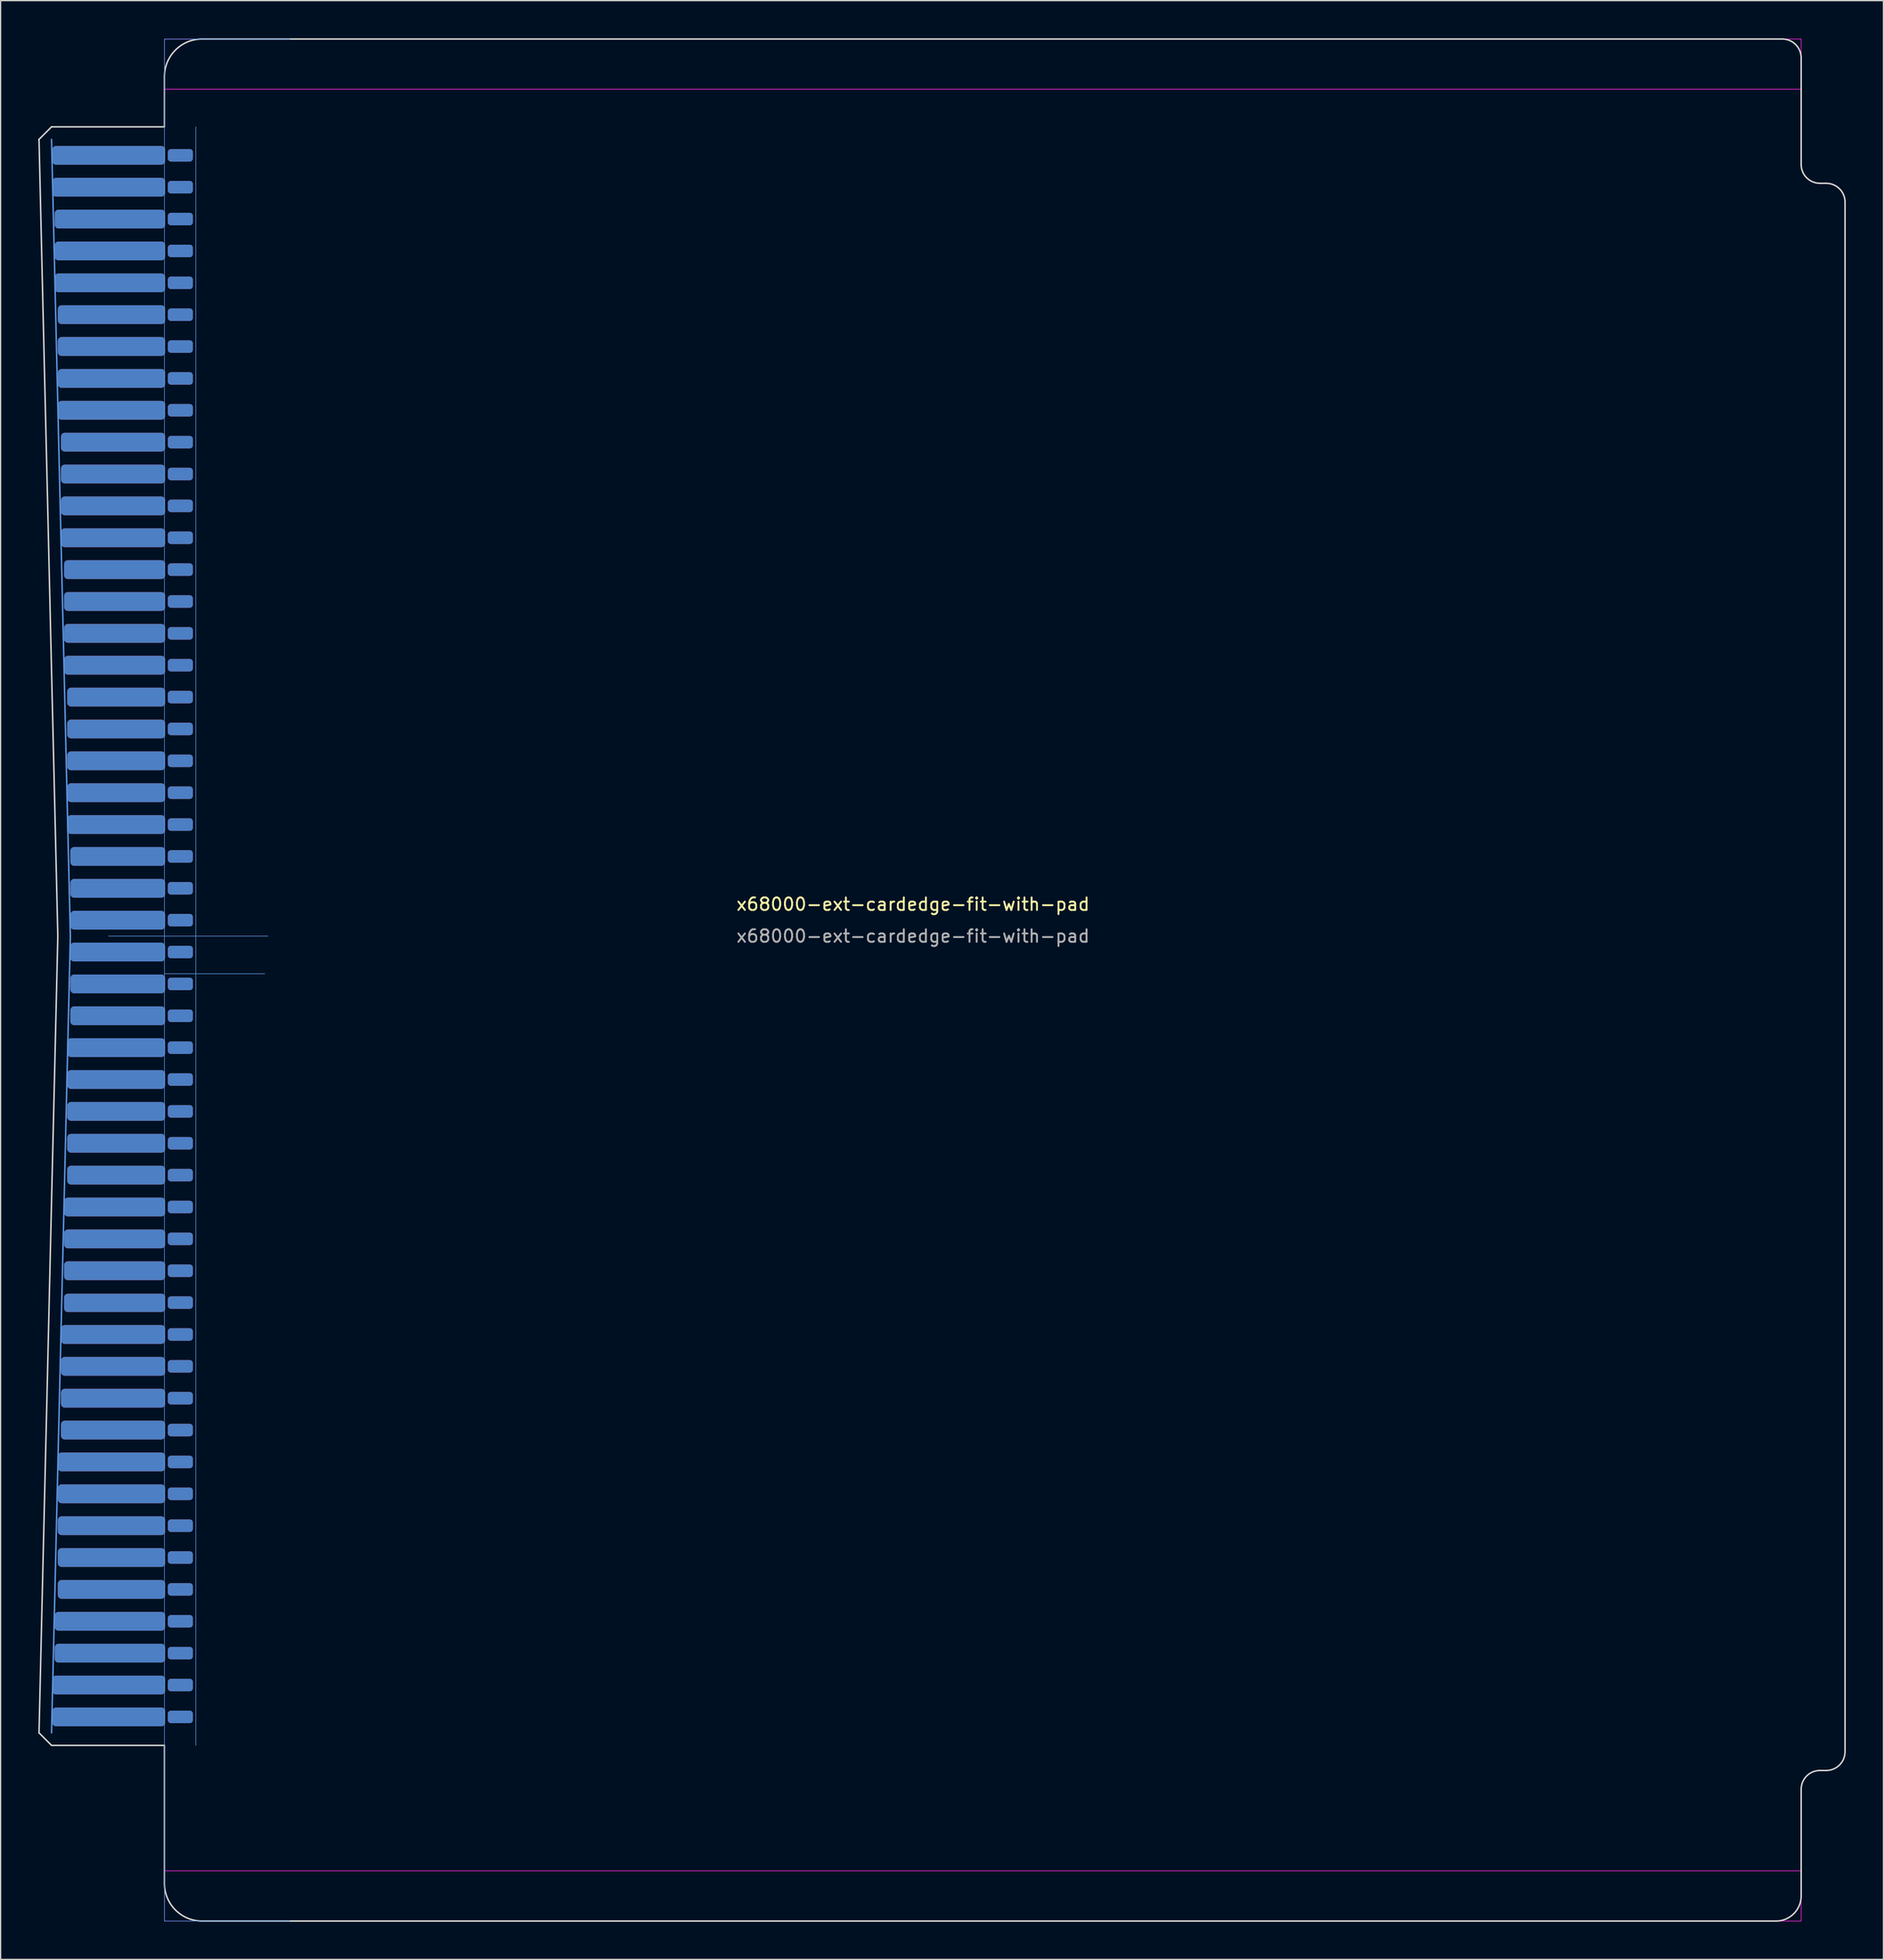
<source format=kicad_pcb>
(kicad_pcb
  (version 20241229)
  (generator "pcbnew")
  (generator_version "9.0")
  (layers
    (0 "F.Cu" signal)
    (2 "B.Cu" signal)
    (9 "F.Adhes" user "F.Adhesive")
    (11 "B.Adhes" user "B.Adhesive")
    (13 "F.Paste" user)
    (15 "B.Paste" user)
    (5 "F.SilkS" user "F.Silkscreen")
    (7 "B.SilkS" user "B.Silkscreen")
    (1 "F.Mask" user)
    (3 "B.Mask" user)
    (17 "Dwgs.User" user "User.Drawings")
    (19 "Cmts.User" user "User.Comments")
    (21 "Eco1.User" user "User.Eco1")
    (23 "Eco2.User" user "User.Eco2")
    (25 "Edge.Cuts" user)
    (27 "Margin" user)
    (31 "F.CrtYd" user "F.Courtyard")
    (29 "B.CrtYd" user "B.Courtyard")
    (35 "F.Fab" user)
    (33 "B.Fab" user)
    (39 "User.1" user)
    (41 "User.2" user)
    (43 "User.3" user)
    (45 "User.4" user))
  (footprint "x68000-ext-cardedge-fit-with-pad"
    (layer "F.Cu")
    (at 10.06 71.56)
    (property "Reference" "x68000-ext-cardedge-fit-with-pad" (at 59.69 -2.54 0) (unlocked yes) (layer "F.SilkS") (effects (font (size 1 1) (thickness 0.15))))
    (attr smd)
    (fp_rect (start 0 64.5) (end -10 -64.5) (stroke (width 0.12) (type solid)) (fill yes) (layer "F.Mask"))
    (fp_rect (start 0 -64.5) (end -10 64.5) (stroke (width 0.12) (type solid)) (fill yes) (layer "B.Mask"))
    (fp_line (start -7.5 0) (end -9 -63.5) (stroke (width 0.12) (type solid)) (layer "Cmts.User"))
    (fp_line (start -7.5 0) (end -9 63.5) (stroke (width 0.12) (type solid)) (layer "Cmts.User"))
    (fp_line (start -4.445 0) (end 8.255 0) (stroke (width 0.05) (type solid)) (layer "Cmts.User"))
    (fp_line (start 0 -71.5) (end 10 -71.5) (stroke (width 0.05) (type solid)) (layer "Cmts.User"))
    (fp_line (start 0 3) (end 0 -71.5) (stroke (width 0.05) (type solid)) (layer "Cmts.User"))
    (fp_line (start 0 3) (end 0 78.5) (stroke (width 0.05) (type solid)) (layer "Cmts.User"))
    (fp_line (start 0 3) (end 8 3) (stroke (width 0.05) (type solid)) (layer "Cmts.User"))
    (fp_line (start 0 78.5) (end 10 78.5) (stroke (width 0.05) (type solid)) (layer "Cmts.User"))
    (fp_line (start 2.5 0) (end 2.5 -64.5) (stroke (width 0.05) (type solid)) (layer "Cmts.User"))
    (fp_line (start 2.5 0) (end 2.5 64.5) (stroke (width 0.05) (type solid)) (layer "Cmts.User"))
    (fp_line (start -10 63.5) (end -9 64.5) (stroke (width 0.12) (type solid)) (layer "Edge.Cuts"))
    (fp_line (start -9 -64.5) (end -10 -63.5) (stroke (width 0.12) (type solid)) (layer "Edge.Cuts"))
    (fp_line (start -8.5 0) (end -10 -63.5) (stroke (width 0.12) (type solid)) (layer "Edge.Cuts"))
    (fp_line (start -8.5 0) (end -10 63.5) (stroke (width 0.12) (type solid)) (layer "Edge.Cuts"))
    (fp_line (start 0 -68.5) (end 0 -64.5) (stroke (width 0.12) (type solid)) (layer "Edge.Cuts"))
    (fp_line (start 0 -64.5) (end -9 -64.5) (stroke (width 0.12) (type solid)) (layer "Edge.Cuts"))
    (fp_line (start 0 64.5) (end -9 64.5) (stroke (width 0.12) (type solid)) (layer "Edge.Cuts"))
    (fp_line (start 0 75.5) (end 0 64.5) (stroke (width 0.12) (type solid)) (layer "Edge.Cuts"))
    (fp_line (start 3 -71.5) (end 129 -71.5) (stroke (width 0.12) (type solid)) (layer "Edge.Cuts"))
    (fp_line (start 3 78.5) (end 10 78.5) (stroke (width 0.12) (type solid)) (layer "Edge.Cuts"))
    (fp_line (start 10 78.5) (end 128.5 78.5) (stroke (width 0.12) (type solid)) (layer "Edge.Cuts"))
    (fp_line (start 130.5 -70) (end 130.5 -61.5) (stroke (width 0.12) (type solid)) (layer "Edge.Cuts"))
    (fp_line (start 130.5 76.5) (end 130.5 68) (stroke (width 0.12) (type solid)) (layer "Edge.Cuts"))
    (fp_line (start 132.5 -60) (end 132 -60) (stroke (width 0.12) (type solid)) (layer "Edge.Cuts"))
    (fp_line (start 132.5 66.5) (end 132 66.5) (stroke (width 0.12) (type solid)) (layer "Edge.Cuts"))
    (fp_line (start 134 65) (end 134 -58.5) (stroke (width 0.12) (type solid)) (layer "Edge.Cuts"))
    (fp_arc (start 0 -68.5) (mid 0.87868 -70.62132) (end 3 -71.5) (stroke (width 0.12) (type solid)) (layer "Edge.Cuts"))
    (fp_arc (start 3 78.5) (mid 0.87868 77.62132) (end 0 75.5) (stroke (width 0.12) (type solid)) (layer "Edge.Cuts"))
    (fp_arc (start 129 -71.5) (mid 130.06066 -71.06066) (end 130.5 -70) (stroke (width 0.12) (type solid)) (layer "Edge.Cuts"))
    (fp_arc (start 130.5 68) (mid 130.93934 66.93934) (end 132 66.5) (stroke (width 0.12) (type solid)) (layer "Edge.Cuts"))
    (fp_arc (start 130.5 76.5) (mid 129.914214 77.914214) (end 128.5 78.5) (stroke (width 0.12) (type solid)) (layer "Edge.Cuts"))
    (fp_arc (start 132 -60) (mid 130.93934 -60.43934) (end 130.5 -61.5) (stroke (width 0.12) (type solid)) (layer "Edge.Cuts"))
    (fp_arc (start 132.5 -60) (mid 133.56066 -59.56066) (end 134 -58.5) (stroke (width 0.12) (type solid)) (layer "Edge.Cuts"))
    (fp_arc (start 134 65) (mid 133.56066 66.06066) (end 132.5 66.5) (stroke (width 0.12) (type solid)) (layer "Edge.Cuts"))
    (fp_rect (start 0 -71.5) (end 130.5 -67.5) (stroke (width 0.05) (type solid)) (fill no) (layer "F.CrtYd"))
    (fp_rect (start 0 78.5) (end 130.5 74.5) (stroke (width 0.05) (type solid)) (fill no) (layer "F.CrtYd"))
    (fp_text user "${REFERENCE}" (at 59.69 0 0) (unlocked yes) (layer "F.Fab") (effects (font (size 1 1) (thickness 0.15))))
    (pad "A1" connect roundrect (at -4.445 62.23) (size 9 1.5) (layers "F.Cu" "F.Mask") (roundrect_rratio 0.2))
    (pad "A1" smd roundrect (at 1.27 62.23) (size 2 1) (layers "F.Cu" "F.Mask" "F.Paste") (roundrect_rratio 0.25))
    (pad "A2" connect roundrect (at -4.445 59.69) (size 9 1.5) (layers "F.Cu" "F.Mask") (roundrect_rratio 0.2))
    (pad "A2" smd roundrect (at 1.27 59.69) (size 2 1) (layers "F.Cu" "F.Mask" "F.Paste") (roundrect_rratio 0.25))
    (pad "A3" connect roundrect (at -4.348 57.15) (size 8.805 1.5) (layers "F.Cu" "F.Mask") (roundrect_rratio 0.2))
    (pad "A3" smd roundrect (at 1.27 57.15) (size 2 1) (layers "F.Cu" "F.Mask" "F.Paste") (roundrect_rratio 0.25))
    (pad "A4" connect roundrect (at -4.348 54.61) (size 8.805 1.5) (layers "F.Cu" "F.Mask") (roundrect_rratio 0.2))
    (pad "A4" smd roundrect (at 1.27 54.61) (size 2 1) (layers "F.Cu" "F.Mask" "F.Paste") (roundrect_rratio 0.25))
    (pad "A5" connect roundrect (at -4.223 52.07) (size 8.555 1.5) (layers "F.Cu" "F.Mask") (roundrect_rratio 0.2))
    (pad "A5" smd roundrect (at 1.27 52.07) (size 2 1) (layers "F.Cu" "F.Mask" "F.Paste") (roundrect_rratio 0.25))
    (pad "A6" connect roundrect (at -4.223 49.53) (size 8.555 1.5) (layers "F.Cu" "F.Mask") (roundrect_rratio 0.2))
    (pad "A6" smd roundrect (at 1.27 49.53) (size 2 1) (layers "F.Cu" "F.Mask" "F.Paste") (roundrect_rratio 0.25))
    (pad "A7" connect roundrect (at -4.223 46.995) (size 8.555 1.49) (layers "F.Cu" "F.Mask") (roundrect_rratio 0.2))
    (pad "A7" smd roundrect (at 1.27 46.99) (size 2 1) (layers "F.Cu" "F.Mask" "F.Paste") (roundrect_rratio 0.25))
    (pad "A8" connect roundrect (at -4.223 44.45) (size 8.555 1.5) (layers "F.Cu" "F.Mask") (roundrect_rratio 0.2))
    (pad "A8" smd roundrect (at 1.27 44.45) (size 2 1) (layers "F.Cu" "F.Mask" "F.Paste") (roundrect_rratio 0.25))
    (pad "A9" connect roundrect (at -4.223 41.91) (size 8.555 1.5) (layers "F.Cu" "F.Mask") (roundrect_rratio 0.2))
    (pad "A9" smd roundrect (at 1.27 41.91) (size 2 1) (layers "F.Cu" "F.Mask" "F.Paste") (roundrect_rratio 0.25))
    (pad "A10" connect roundrect (at -4.098 39.37) (size 8.305 1.5) (layers "F.Cu" "F.Mask") (roundrect_rratio 0.2))
    (pad "A10" smd roundrect (at 1.27 39.37) (size 2 1) (layers "F.Cu" "F.Mask" "F.Paste") (roundrect_rratio 0.25))
    (pad "A11" connect roundrect (at -4.098 36.83) (size 8.305 1.5) (layers "F.Cu" "F.Mask") (roundrect_rratio 0.2))
    (pad "A11" smd roundrect (at 1.27 36.83) (size 2 1) (layers "F.Cu" "F.Mask" "F.Paste") (roundrect_rratio 0.25))
    (pad "A12" connect roundrect (at -4.098 34.29) (size 8.305 1.5) (layers "F.Cu" "F.Mask") (roundrect_rratio 0.2))
    (pad "A12" smd roundrect (at 1.27 34.29) (size 2 1) (layers "F.Cu" "F.Mask" "F.Paste") (roundrect_rratio 0.25))
    (pad "A13" connect roundrect (at -4.098 31.75) (size 8.305 1.5) (layers "F.Cu" "F.Mask") (roundrect_rratio 0.2))
    (pad "A13" smd roundrect (at 1.27 31.75) (size 2 1) (layers "F.Cu" "F.Mask" "F.Paste") (roundrect_rratio 0.25))
    (pad "A14" connect roundrect (at -3.973 29.23) (size 8.055 1.46) (layers "F.Cu" "F.Mask") (roundrect_rratio 0.2))
    (pad "A14" smd roundrect (at 1.27 29.21) (size 2 1) (layers "F.Cu" "F.Mask" "F.Paste") (roundrect_rratio 0.25))
    (pad "A15" connect roundrect (at -3.973 26.67) (size 8.055 1.5) (layers "F.Cu" "F.Mask") (roundrect_rratio 0.2))
    (pad "A15" smd roundrect (at 1.27 26.67) (size 2 1) (layers "F.Cu" "F.Mask" "F.Paste") (roundrect_rratio 0.25))
    (pad "A16" connect roundrect (at -3.973 24.13) (size 8.055 1.5) (layers "F.Cu" "F.Mask") (roundrect_rratio 0.2))
    (pad "A16" smd roundrect (at 1.27 24.13) (size 2 1) (layers "F.Cu" "F.Mask" "F.Paste") (roundrect_rratio 0.25))
    (pad "A17" connect roundrect (at -3.973 21.59) (size 8.055 1.5) (layers "F.Cu" "F.Mask") (roundrect_rratio 0.2))
    (pad "A17" smd roundrect (at 1.27 21.59) (size 2 1) (layers "F.Cu" "F.Mask" "F.Paste") (roundrect_rratio 0.25))
    (pad "A18" connect roundrect (at -3.848 19.05) (size 7.805 1.5) (layers "F.Cu" "F.Mask") (roundrect_rratio 0.2))
    (pad "A18" smd roundrect (at 1.27 19.05) (size 2 1) (layers "F.Cu" "F.Mask" "F.Paste") (roundrect_rratio 0.25))
    (pad "A19" connect roundrect (at -3.848 16.51) (size 7.805 1.5) (layers "F.Cu" "F.Mask") (roundrect_rratio 0.2))
    (pad "A19" smd roundrect (at 1.27 16.51) (size 2 1) (layers "F.Cu" "F.Mask" "F.Paste") (roundrect_rratio 0.25))
    (pad "A20" connect roundrect (at -3.848 13.97) (size 7.805 1.5) (layers "F.Cu" "F.Mask") (roundrect_rratio 0.2))
    (pad "A20" smd roundrect (at 1.27 13.97) (size 2 1) (layers "F.Cu" "F.Mask" "F.Paste") (roundrect_rratio 0.25))
    (pad "A21" connect roundrect (at -3.848 11.43) (size 7.805 1.5) (layers "F.Cu" "F.Mask") (roundrect_rratio 0.2))
    (pad "A21" smd roundrect (at 1.27 11.43) (size 2 1) (layers "F.Cu" "F.Mask" "F.Paste") (roundrect_rratio 0.25))
    (pad "A22" connect roundrect (at -3.848 8.89) (size 7.805 1.5) (layers "F.Cu" "F.Mask") (roundrect_rratio 0.2))
    (pad "A22" smd roundrect (at 1.27 8.89) (size 2 1) (layers "F.Cu" "F.Mask" "F.Paste") (roundrect_rratio 0.25))
    (pad "A23" connect roundrect (at -3.723 6.35) (size 7.555 1.5) (layers "F.Cu" "F.Mask") (roundrect_rratio 0.2))
    (pad "A23" smd roundrect (at 1.27 6.35) (size 2 1) (layers "F.Cu" "F.Mask" "F.Paste") (roundrect_rratio 0.25))
    (pad "A24" connect roundrect (at -3.723 3.81) (size 7.555 1.5) (layers "F.Cu" "F.Mask") (roundrect_rratio 0.2))
    (pad "A24" smd roundrect (at 1.27 3.81) (size 2 1) (layers "F.Cu" "F.Mask" "F.Paste") (roundrect_rratio 0.25))
    (pad "A25" connect roundrect (at -3.75 1.27) (size 7.555 1.5) (layers "F.Cu" "F.Mask") (roundrect_rratio 0.2))
    (pad "A25" smd roundrect (at 1.27 1.27) (size 2 1) (layers "F.Cu" "F.Mask" "F.Paste") (roundrect_rratio 0.25))
    (pad "A26" connect roundrect (at -3.723 -1.26) (size 7.555 1.48) (layers "F.Cu" "F.Mask") (roundrect_rratio 0.2))
    (pad "A26" smd roundrect (at 1.27 -1.27) (size 2 1) (layers "F.Cu" "F.Mask" "F.Paste") (roundrect_rratio 0.25))
    (pad "A27" connect roundrect (at -3.723 -3.81) (size 7.555 1.5) (layers "F.Cu" "F.Mask") (roundrect_rratio 0.2))
    (pad "A27" smd roundrect (at 1.27 -3.81) (size 2 1) (layers "F.Cu" "F.Mask" "F.Paste") (roundrect_rratio 0.25))
    (pad "A28" connect roundrect (at -3.723 -6.35) (size 7.555 1.5) (layers "F.Cu" "F.Mask") (roundrect_rratio 0.2))
    (pad "A28" smd roundrect (at 1.27 -6.35) (size 2 1) (layers "F.Cu" "F.Mask" "F.Paste") (roundrect_rratio 0.25))
    (pad "A29" connect roundrect (at -3.848 -8.89) (size 7.805 1.5) (layers "F.Cu" "F.Mask") (roundrect_rratio 0.2))
    (pad "A29" smd roundrect (at 1.27 -8.89) (size 2 1) (layers "F.Cu" "F.Mask" "F.Paste") (roundrect_rratio 0.25))
    (pad "A30" connect roundrect (at -3.848 -11.43) (size 7.805 1.5) (layers "F.Cu" "F.Mask") (roundrect_rratio 0.2))
    (pad "A30" smd roundrect (at 1.27 -11.43) (size 2 1) (layers "F.Cu" "F.Mask" "F.Paste") (roundrect_rratio 0.25))
    (pad "A31" connect roundrect (at -3.848 -13.97) (size 7.805 1.5) (layers "F.Cu" "F.Mask") (roundrect_rratio 0.2))
    (pad "A31" smd roundrect (at 1.27 -13.97) (size 2 1) (layers "F.Cu" "F.Mask" "F.Paste") (roundrect_rratio 0.25))
    (pad "A32" connect roundrect (at -3.848 -16.51) (size 7.805 1.5) (layers "F.Cu" "F.Mask") (roundrect_rratio 0.2))
    (pad "A32" smd roundrect (at 1.27 -16.51) (size 2 1) (layers "F.Cu" "F.Mask" "F.Paste") (roundrect_rratio 0.25))
    (pad "A33" connect roundrect (at -3.848 -19.05) (size 7.805 1.5) (layers "F.Cu" "F.Mask") (roundrect_rratio 0.2))
    (pad "A33" smd roundrect (at 1.27 -19.05) (size 2 1) (layers "F.Cu" "F.Mask" "F.Paste") (roundrect_rratio 0.25))
    (pad "A34" connect roundrect (at -3.973 -21.59) (size 8.055 1.5) (layers "F.Cu" "F.Mask") (roundrect_rratio 0.2))
    (pad "A34" smd roundrect (at 1.27 -21.59) (size 2 1) (layers "F.Cu" "F.Mask" "F.Paste") (roundrect_rratio 0.25))
    (pad "A35" connect roundrect (at -3.973 -24.13) (size 8.055 1.5) (layers "F.Cu" "F.Mask") (roundrect_rratio 0.2))
    (pad "A35" smd roundrect (at 1.27 -24.13) (size 2 1) (layers "F.Cu" "F.Mask" "F.Paste") (roundrect_rratio 0.25))
    (pad "A36" connect roundrect (at -3.973 -26.67) (size 8.055 1.5) (layers "F.Cu" "F.Mask") (roundrect_rratio 0.2))
    (pad "A36" smd roundrect (at 1.27 -26.67) (size 2 1) (layers "F.Cu" "F.Mask" "F.Paste") (roundrect_rratio 0.25))
    (pad "A37" connect roundrect (at -3.973 -29.21) (size 8.055 1.5) (layers "F.Cu" "F.Mask") (roundrect_rratio 0.2))
    (pad "A37" smd roundrect (at 1.27 -29.21) (size 2 1) (layers "F.Cu" "F.Mask" "F.Paste") (roundrect_rratio 0.25))
    (pad "A38" connect roundrect (at -4.098 -31.75) (size 8.305 1.5) (layers "F.Cu" "F.Mask") (roundrect_rratio 0.2))
    (pad "A38" smd roundrect (at 1.27 -31.75) (size 2 1) (layers "F.Cu" "F.Mask" "F.Paste") (roundrect_rratio 0.25))
    (pad "A39" connect roundrect (at -4.098 -34.29) (size 8.305 1.5) (layers "F.Cu" "F.Mask") (roundrect_rratio 0.2))
    (pad "A39" smd roundrect (at 1.27 -34.29) (size 2 1) (layers "F.Cu" "F.Mask" "F.Paste") (roundrect_rratio 0.25))
    (pad "A40" connect roundrect (at -4.098 -36.83) (size 8.305 1.5) (layers "F.Cu" "F.Mask") (roundrect_rratio 0.2))
    (pad "A40" smd roundrect (at 1.27 -36.83) (size 2 1) (layers "F.Cu" "F.Mask" "F.Paste") (roundrect_rratio 0.25))
    (pad "A41" connect roundrect (at -4.098 -39.37) (size 8.305 1.5) (layers "F.Cu" "F.Mask") (roundrect_rratio 0.2))
    (pad "A41" smd roundrect (at 1.27 -39.37) (size 2 1) (layers "F.Cu" "F.Mask" "F.Paste") (roundrect_rratio 0.25))
    (pad "A42" connect roundrect (at -4.223 -41.91) (size 8.555 1.5) (layers "F.Cu" "F.Mask") (roundrect_rratio 0.2))
    (pad "A42" smd roundrect (at 1.27 -41.91) (size 2 1) (layers "F.Cu" "F.Mask" "F.Paste") (roundrect_rratio 0.25))
    (pad "A43" connect roundrect (at -4.223 -44.45) (size 8.555 1.5) (layers "F.Cu" "F.Mask") (roundrect_rratio 0.2))
    (pad "A43" smd roundrect (at 1.27 -44.45) (size 2 1) (layers "F.Cu" "F.Mask" "F.Paste") (roundrect_rratio 0.25))
    (pad "A44" connect roundrect (at -4.223 -46.995) (size 8.555 1.51) (layers "F.Cu" "F.Mask") (roundrect_rratio 0.2))
    (pad "A44" smd roundrect (at 1.27 -46.99) (size 2 1) (layers "F.Cu" "F.Mask" "F.Paste") (roundrect_rratio 0.25))
    (pad "A45" connect roundrect (at -4.223 -49.53) (size 8.555 1.5) (layers "F.Cu" "F.Mask") (roundrect_rratio 0.2))
    (pad "A45" smd roundrect (at 1.27 -49.53) (size 2 1) (layers "F.Cu" "F.Mask" "F.Paste") (roundrect_rratio 0.25))
    (pad "A46" connect roundrect (at -4.348 -52.07) (size 8.805 1.5) (layers "F.Cu" "F.Mask") (roundrect_rratio 0.2))
    (pad "A46" smd roundrect (at 1.27 -52.07) (size 2 1) (layers "F.Cu" "F.Mask" "F.Paste") (roundrect_rratio 0.25))
    (pad "A47" connect roundrect (at -4.348 -54.61) (size 8.805 1.5) (layers "F.Cu" "F.Mask") (roundrect_rratio 0.2))
    (pad "A47" smd roundrect (at 1.27 -54.61) (size 2 1) (layers "F.Cu" "F.Mask" "F.Paste") (roundrect_rratio 0.25))
    (pad "A48" connect roundrect (at -4.348 -57.15) (size 8.805 1.5) (layers "F.Cu" "F.Mask") (roundrect_rratio 0.2))
    (pad "A48" smd roundrect (at 1.27 -57.15) (size 2 1) (layers "F.Cu" "F.Mask" "F.Paste") (roundrect_rratio 0.25))
    (pad "A49" connect roundrect (at -4.445 -59.69) (size 9 1.5) (layers "F.Cu" "F.Mask") (roundrect_rratio 0.2))
    (pad "A49" smd roundrect (at 1.27 -59.69) (size 2 1) (layers "F.Cu" "F.Mask" "F.Paste") (roundrect_rratio 0.25))
    (pad "A50" connect roundrect (at -4.445 -62.23) (size 9 1.5) (layers "F.Cu" "F.Mask") (roundrect_rratio 0.2))
    (pad "A50" smd roundrect (at 1.27 -62.23) (size 2 1) (layers "F.Cu" "F.Mask" "F.Paste") (roundrect_rratio 0.25))
    (pad "B1" connect roundrect (at -4.445 62.23) (size 9 1.5) (layers "B.Cu" "B.Mask") (roundrect_rratio 0.2))
    (pad "B1" smd roundrect (at 1.27 62.23) (size 2 1) (layers "B.Cu" "B.Mask" "B.Paste") (roundrect_rratio 0.25))
    (pad "B2" connect roundrect (at -4.445 59.69) (size 9 1.5) (layers "B.Cu" "B.Mask") (roundrect_rratio 0.2))
    (pad "B2" smd roundrect (at 1.27 59.69) (size 2 1) (layers "B.Cu" "B.Mask" "B.Paste") (roundrect_rratio 0.25))
    (pad "B3" connect roundrect (at -4.348 57.15) (size 8.805 1.5) (layers "B.Cu" "B.Mask") (roundrect_rratio 0.2))
    (pad "B3" smd roundrect (at 1.27 57.15) (size 2 1) (layers "B.Cu" "B.Mask" "B.Paste") (roundrect_rratio 0.25))
    (pad "B4" connect roundrect (at -4.348 54.61) (size 8.805 1.5) (layers "B.Cu" "B.Mask") (roundrect_rratio 0.2))
    (pad "B4" smd roundrect (at 1.27 54.61) (size 2 1) (layers "B.Cu" "B.Mask" "B.Paste") (roundrect_rratio 0.25))
    (pad "B5" connect roundrect (at -4.223 52.07) (size 8.555 1.5) (layers "B.Cu" "B.Mask") (roundrect_rratio 0.2))
    (pad "B5" smd roundrect (at 1.27 52.07) (size 2 1) (layers "B.Cu" "B.Mask" "B.Paste") (roundrect_rratio 0.25))
    (pad "B6" connect roundrect (at -4.223 49.53) (size 8.555 1.5) (layers "B.Cu" "B.Mask") (roundrect_rratio 0.2))
    (pad "B6" smd roundrect (at 1.27 49.53) (size 2 1) (layers "B.Cu" "B.Mask" "B.Paste") (roundrect_rratio 0.25))
    (pad "B7" connect roundrect (at -4.223 46.99) (size 8.555 1.5) (layers "B.Cu" "B.Mask") (roundrect_rratio 0.2))
    (pad "B7" smd roundrect (at 1.27 46.99) (size 2 1) (layers "B.Cu" "B.Mask" "B.Paste") (roundrect_rratio 0.25))
    (pad "B8" connect roundrect (at -4.223 44.45) (size 8.555 1.5) (layers "B.Cu" "B.Mask") (roundrect_rratio 0.2))
    (pad "B8" smd roundrect (at 1.27 44.45) (size 2 1) (layers "B.Cu" "B.Mask" "B.Paste") (roundrect_rratio 0.25))
    (pad "B9" connect roundrect (at -4.223 41.91) (size 8.555 1.5) (layers "B.Cu" "B.Mask") (roundrect_rratio 0.2))
    (pad "B9" smd roundrect (at 1.27 41.91) (size 2 1) (layers "B.Cu" "B.Mask" "B.Paste") (roundrect_rratio 0.25))
    (pad "B10" connect roundrect (at -4.098 39.37) (size 8.305 1.5) (layers "B.Cu" "B.Mask") (roundrect_rratio 0.2))
    (pad "B10" smd roundrect (at 1.27 39.37) (size 2 1) (layers "B.Cu" "B.Mask" "B.Paste") (roundrect_rratio 0.25))
    (pad "B11" connect roundrect (at -4.098 36.83) (size 8.305 1.5) (layers "B.Cu" "B.Mask") (roundrect_rratio 0.2))
    (pad "B11" smd roundrect (at 1.27 36.83) (size 2 1) (layers "B.Cu" "B.Mask" "B.Paste") (roundrect_rratio 0.25))
    (pad "B12" connect roundrect (at -4.098 34.29) (size 8.305 1.5) (layers "B.Cu" "B.Mask") (roundrect_rratio 0.2))
    (pad "B12" smd roundrect (at 1.27 34.29) (size 2 1) (layers "B.Cu" "B.Mask" "B.Paste") (roundrect_rratio 0.25))
    (pad "B13" connect roundrect (at -4.098 31.75) (size 8.305 1.5) (layers "B.Cu" "B.Mask") (roundrect_rratio 0.2))
    (pad "B13" smd roundrect (at 1.27 31.75) (size 2 1) (layers "B.Cu" "B.Mask" "B.Paste") (roundrect_rratio 0.25))
    (pad "B14" connect roundrect (at -3.973 29.23) (size 8.055 1.46) (layers "B.Cu" "B.Mask") (roundrect_rratio 0.2))
    (pad "B14" smd roundrect (at 1.27 29.21) (size 2 1) (layers "B.Cu" "B.Mask" "B.Paste") (roundrect_rratio 0.25))
    (pad "B15" connect roundrect (at -3.973 26.67) (size 8.055 1.5) (layers "B.Cu" "B.Mask") (roundrect_rratio 0.2))
    (pad "B15" smd roundrect (at 1.27 26.67) (size 2 1) (layers "B.Cu" "B.Mask" "B.Paste") (roundrect_rratio 0.25))
    (pad "B16" connect roundrect (at -3.973 24.13) (size 8.055 1.5) (layers "B.Cu" "B.Mask") (roundrect_rratio 0.2))
    (pad "B16" smd roundrect (at 1.27 24.13) (size 2 1) (layers "B.Cu" "B.Mask" "B.Paste") (roundrect_rratio 0.25))
    (pad "B17" connect roundrect (at -3.973 21.59) (size 8.055 1.5) (layers "B.Cu" "B.Mask") (roundrect_rratio 0.2))
    (pad "B17" smd roundrect (at 1.27 21.59) (size 2 1) (layers "B.Cu" "B.Mask" "B.Paste") (roundrect_rratio 0.25))
    (pad "B18" connect roundrect (at -3.848 19.05) (size 7.805 1.5) (layers "B.Cu" "B.Mask") (roundrect_rratio 0.2))
    (pad "B18" smd roundrect (at 1.27 19.05) (size 2 1) (layers "B.Cu" "B.Mask" "B.Paste") (roundrect_rratio 0.25))
    (pad "B19" connect roundrect (at -3.848 16.51) (size 7.805 1.5) (layers "B.Cu" "B.Mask") (roundrect_rratio 0.2))
    (pad "B19" smd roundrect (at 1.27 16.51) (size 2 1) (layers "B.Cu" "B.Mask" "B.Paste") (roundrect_rratio 0.25))
    (pad "B20" connect roundrect (at -3.848 13.97) (size 7.805 1.5) (layers "B.Cu" "B.Mask") (roundrect_rratio 0.2))
    (pad "B20" smd roundrect (at 1.27 13.97) (size 2 1) (layers "B.Cu" "B.Mask" "B.Paste") (roundrect_rratio 0.25))
    (pad "B21" connect roundrect (at -3.848 11.43) (size 7.805 1.5) (layers "B.Cu" "B.Mask") (roundrect_rratio 0.2))
    (pad "B21" smd roundrect (at 1.27 11.43) (size 2 1) (layers "B.Cu" "B.Mask" "B.Paste") (roundrect_rratio 0.25))
    (pad "B22" connect roundrect (at -3.848 8.89) (size 7.805 1.5) (layers "B.Cu" "B.Mask") (roundrect_rratio 0.2))
    (pad "B22" smd roundrect (at 1.27 8.89) (size 2 1) (layers "B.Cu" "B.Mask" "B.Paste") (roundrect_rratio 0.25))
    (pad "B23" connect roundrect (at -3.723 6.35) (size 7.555 1.5) (layers "B.Cu" "B.Mask") (roundrect_rratio 0.2))
    (pad "B23" smd roundrect (at 1.27 6.35) (size 2 1) (layers "B.Cu" "B.Mask" "B.Paste") (roundrect_rratio 0.25))
    (pad "B24" connect roundrect (at -3.723 3.81) (size 7.555 1.5) (layers "B.Cu" "B.Mask") (roundrect_rratio 0.2))
    (pad "B24" smd roundrect (at 1.27 3.81) (size 2 1) (layers "B.Cu" "B.Mask" "B.Paste") (roundrect_rratio 0.25))
    (pad "B25" connect roundrect (at -3.723 1.27) (size 7.555 1.5) (layers "B.Cu" "B.Mask") (roundrect_rratio 0.2))
    (pad "B25" smd roundrect (at 1.27 1.27) (size 2 1) (layers "B.Cu" "B.Mask" "B.Paste") (roundrect_rratio 0.25))
    (pad "B26" connect roundrect (at -3.723 -1.27) (size 7.555 1.5) (layers "B.Cu" "B.Mask") (roundrect_rratio 0.2))
    (pad "B26" smd roundrect (at 1.27 -1.27) (size 2 1) (layers "B.Cu" "B.Mask" "B.Paste") (roundrect_rratio 0.25))
    (pad "B27" connect roundrect (at -3.723 -3.81) (size 7.555 1.5) (layers "B.Cu" "B.Mask") (roundrect_rratio 0.2))
    (pad "B27" smd roundrect (at 1.27 -3.81) (size 2 1) (layers "B.Cu" "B.Mask" "B.Paste") (roundrect_rratio 0.25))
    (pad "B28" connect roundrect (at -3.723 -6.35) (size 7.555 1.5) (layers "B.Cu" "B.Mask") (roundrect_rratio 0.2))
    (pad "B28" smd roundrect (at 1.27 -6.35) (size 2 1) (layers "B.Cu" "B.Mask" "B.Paste") (roundrect_rratio 0.25))
    (pad "B29" connect roundrect (at -3.848 -8.89) (size 7.805 1.5) (layers "B.Cu" "B.Mask") (roundrect_rratio 0.2))
    (pad "B29" smd roundrect (at 1.27 -8.89) (size 2 1) (layers "B.Cu" "B.Mask" "B.Paste") (roundrect_rratio 0.25))
    (pad "B30" connect roundrect (at -3.848 -11.43) (size 7.805 1.5) (layers "B.Cu" "B.Mask") (roundrect_rratio 0.2))
    (pad "B30" smd roundrect (at 1.27 -11.43) (size 2 1) (layers "B.Cu" "B.Mask" "B.Paste") (roundrect_rratio 0.25))
    (pad "B31" connect roundrect (at -3.848 -13.97) (size 7.805 1.5) (layers "B.Cu" "B.Mask") (roundrect_rratio 0.2))
    (pad "B31" smd roundrect (at 1.27 -13.97) (size 2 1) (layers "B.Cu" "B.Mask" "B.Paste") (roundrect_rratio 0.25))
    (pad "B32" connect roundrect (at -3.848 -16.505) (size 7.805 1.49) (layers "B.Cu" "B.Mask") (roundrect_rratio 0.2))
    (pad "B32" smd roundrect (at 1.27 -16.51) (size 2 1) (layers "B.Cu" "B.Mask" "B.Paste") (roundrect_rratio 0.25))
    (pad "B33" connect roundrect (at -3.848 -19.05) (size 7.805 1.5) (layers "B.Cu" "B.Mask") (roundrect_rratio 0.2))
    (pad "B33" smd roundrect (at 1.27 -19.05) (size 2 1) (layers "B.Cu" "B.Mask" "B.Paste") (roundrect_rratio 0.25))
    (pad "B34" connect roundrect (at -3.973 -21.59) (size 8.055 1.5) (layers "B.Cu" "B.Mask") (roundrect_rratio 0.2))
    (pad "B34" smd roundrect (at 1.27 -21.59) (size 2 1) (layers "B.Cu" "B.Mask" "B.Paste") (roundrect_rratio 0.25))
    (pad "B35" connect roundrect (at -3.973 -24.13) (size 8.055 1.5) (layers "B.Cu" "B.Mask") (roundrect_rratio 0.2))
    (pad "B35" smd roundrect (at 1.27 -24.13) (size 2 1) (layers "B.Cu" "B.Mask" "B.Paste") (roundrect_rratio 0.25))
    (pad "B36" connect roundrect (at -3.973 -26.67) (size 8.055 1.5) (layers "B.Cu" "B.Mask") (roundrect_rratio 0.2))
    (pad "B36" smd roundrect (at 1.27 -26.67) (size 2 1) (layers "B.Cu" "B.Mask" "B.Paste") (roundrect_rratio 0.25))
    (pad "B37" connect roundrect (at -3.973 -29.21) (size 8.055 1.5) (layers "B.Cu" "B.Mask") (roundrect_rratio 0.2))
    (pad "B37" smd roundrect (at 1.27 -29.21) (size 2 1) (layers "B.Cu" "B.Mask" "B.Paste") (roundrect_rratio 0.25))
    (pad "B38" connect roundrect (at -4.098 -31.75) (size 8.305 1.5) (layers "B.Cu" "B.Mask") (roundrect_rratio 0.2))
    (pad "B38" smd roundrect (at 1.27 -31.75) (size 2 1) (layers "B.Cu" "B.Mask" "B.Paste") (roundrect_rratio 0.25))
    (pad "B39" connect roundrect (at -4.098 -34.29) (size 8.305 1.5) (layers "B.Cu" "B.Mask") (roundrect_rratio 0.2))
    (pad "B39" smd roundrect (at 1.27 -34.29) (size 2 1) (layers "B.Cu" "B.Mask" "B.Paste") (roundrect_rratio 0.25))
    (pad "B40" connect roundrect (at -4.098 -36.83) (size 8.305 1.5) (layers "B.Cu" "B.Mask") (roundrect_rratio 0.2))
    (pad "B40" smd roundrect (at 1.27 -36.83) (size 2 1) (layers "F.Mask" "B.Cu" "F.Paste") (roundrect_rratio 0.25))
    (pad "B41" connect roundrect (at -4.098 -39.37) (size 8.305 1.5) (layers "B.Cu" "B.Mask") (roundrect_rratio 0.2))
    (pad "B41" smd roundrect (at 1.27 -39.37) (size 2 1) (layers "F.Mask" "B.Cu" "F.Paste") (roundrect_rratio 0.25))
    (pad "B42" connect roundrect (at -4.223 -41.91) (size 8.555 1.5) (layers "B.Cu" "B.Mask") (roundrect_rratio 0.2))
    (pad "B42" smd roundrect (at 1.27 -41.91) (size 2 1) (layers "F.Mask" "B.Cu" "F.Paste") (roundrect_rratio 0.25))
    (pad "B43" connect roundrect (at -4.223 -44.45) (size 8.555 1.5) (layers "B.Cu" "B.Mask") (roundrect_rratio 0.2))
    (pad "B43" smd roundrect (at 1.27 -44.45) (size 2 1) (layers "F.Mask" "B.Cu" "F.Paste") (roundrect_rratio 0.25))
    (pad "B44" connect roundrect (at -4.223 -46.995) (size 8.555 1.51) (layers "B.Cu" "B.Mask") (roundrect_rratio 0.2))
    (pad "B44" smd roundrect (at 1.27 -46.99) (size 2 1) (layers "F.Mask" "B.Cu" "F.Paste") (roundrect_rratio 0.25))
    (pad "B45" connect roundrect (at -4.223 -49.53) (size 8.555 1.5) (layers "B.Cu" "B.Mask") (roundrect_rratio 0.2))
    (pad "B45" smd roundrect (at 1.27 -49.53) (size 2 1) (layers "F.Mask" "B.Cu" "F.Paste") (roundrect_rratio 0.25))
    (pad "B46" connect roundrect (at -4.348 -52.07) (size 8.805 1.5) (layers "B.Cu" "B.Mask") (roundrect_rratio 0.2))
    (pad "B46" smd roundrect (at 1.27 -52.07) (size 2 1) (layers "F.Mask" "B.Cu" "F.Paste") (roundrect_rratio 0.25))
    (pad "B47" connect roundrect (at -4.348 -54.61) (size 8.805 1.5) (layers "B.Cu" "B.Mask") (roundrect_rratio 0.2))
    (pad "B47" smd roundrect (at 1.27 -54.61) (size 2 1) (layers "F.Mask" "B.Cu" "F.Paste") (roundrect_rratio 0.25))
    (pad "B48" connect roundrect (at -4.348 -57.15) (size 8.805 1.5) (layers "B.Cu" "B.Mask") (roundrect_rratio 0.2))
    (pad "B48" smd roundrect (at 1.27 -57.15) (size 2 1) (layers "F.Mask" "B.Cu" "F.Paste") (roundrect_rratio 0.25))
    (pad "B49" connect roundrect (at -4.445 -59.69) (size 9 1.5) (layers "B.Cu" "B.Mask") (roundrect_rratio 0.2))
    (pad "B49" smd roundrect (at 1.27 -59.69) (size 2 1) (layers "F.Mask" "B.Cu" "F.Paste") (roundrect_rratio 0.25))
    (pad "B50" connect roundrect (at -4.445 -62.23) (size 9 1.5) (layers "B.Cu" "B.Mask") (roundrect_rratio 0.2))
    (pad "B50" smd roundrect (at 1.27 -62.23) (size 2 1) (layers "F.Mask" "B.Cu" "F.Paste") (roundrect_rratio 0.25)))
  (gr_rect
    (start -3 -3)
    (end 147.12 153.12)
    (stroke (width 0.1) (type default))
    (fill no)
    (layer "Edge.Cuts")))
</source>
